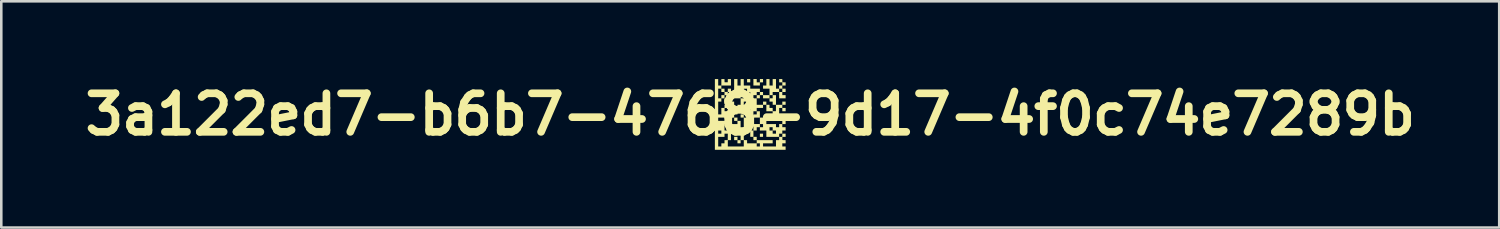
<source format=kicad_pcb>
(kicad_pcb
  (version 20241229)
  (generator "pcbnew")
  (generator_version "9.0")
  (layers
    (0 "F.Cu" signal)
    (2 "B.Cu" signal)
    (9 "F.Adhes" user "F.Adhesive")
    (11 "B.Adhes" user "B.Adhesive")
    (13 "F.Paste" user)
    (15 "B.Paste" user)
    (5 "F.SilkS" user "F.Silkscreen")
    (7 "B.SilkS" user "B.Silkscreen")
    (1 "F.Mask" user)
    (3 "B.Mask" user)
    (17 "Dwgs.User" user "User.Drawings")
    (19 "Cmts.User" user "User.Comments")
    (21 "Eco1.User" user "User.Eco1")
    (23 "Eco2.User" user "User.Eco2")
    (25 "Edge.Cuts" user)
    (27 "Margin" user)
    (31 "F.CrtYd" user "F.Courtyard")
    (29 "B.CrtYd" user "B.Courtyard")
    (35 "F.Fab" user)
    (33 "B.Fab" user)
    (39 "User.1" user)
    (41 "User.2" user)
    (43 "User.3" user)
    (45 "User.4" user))
  (footprint "3a122ed7-b6b7-4768-9d17-4f0c74e7289b"
    (layer "F.Cu")
    (at 26.157 1.404)
    (property "Reference" "3a122ed7-b6b7-4768-9d17-4f0c74e7289b" (at 0 0 0) (layer "F.SilkS") (effects (font (size 1.5 1.5) (thickness 0.3))))
    (attr board_only exclude_from_pos_files exclude_from_bom)
    (fp_poly (pts (xy -0.873 -0.563) (xy -0.873 -0.498) (xy -0.938 -0.498) (xy -1.002 -0.498) (xy -1.002 -0.563) (xy -1.002 -0.627) (xy -0.938 -0.627) (xy -0.873 -0.627)) (stroke (width 0) (type solid)) (fill yes) (layer "F.SilkS"))
    (fp_poly (pts (xy -0.498 0.188) (xy -0.498 0.252) (xy -0.563 0.252) (xy -0.627 0.252) (xy -0.627 0.188) (xy -0.627 0.123) (xy -0.563 0.123) (xy -0.498 0.123)) (stroke (width 0) (type solid)) (fill yes) (layer "F.SilkS"))
    (fp_poly (pts (xy -0.498 0.938) (xy -0.498 1.002) (xy -0.563 1.002) (xy -0.627 1.002) (xy -0.627 0.938) (xy -0.627 0.873) (xy -0.563 0.873) (xy -0.498 0.873)) (stroke (width 0) (type solid)) (fill yes) (layer "F.SilkS"))
    (fp_poly (pts (xy -0.375 1.064) (xy -0.375 1.125) (xy -0.437 1.125) (xy -0.498 1.125) (xy -0.498 1.064) (xy -0.498 1.002) (xy -0.437 1.002) (xy -0.375 1.002)) (stroke (width 0) (type solid)) (fill yes) (layer "F.SilkS"))
    (fp_poly (pts (xy -0.252 0.062) (xy -0.252 0.123) (xy -0.314 0.123) (xy -0.375 0.123) (xy -0.375 0.062) (xy -0.375 0) (xy -0.314 0) (xy -0.252 0)) (stroke (width 0) (type solid)) (fill yes) (layer "F.SilkS"))
    (fp_poly (pts (xy 0 -1.313) (xy 0 -1.248) (xy -0.062 -1.248) (xy -0.123 -1.248) (xy -0.123 -1.313) (xy -0.123 -1.377) (xy -0.062 -1.377) (xy 0 -1.377)) (stroke (width 0) (type solid)) (fill yes) (layer "F.SilkS"))
    (fp_poly (pts (xy 0.252 0.938) (xy 0.252 1.002) (xy 0.188 1.002) (xy 0.123 1.002) (xy 0.123 0.938) (xy 0.123 0.873) (xy 0.188 0.873) (xy 0.252 0.873)) (stroke (width 0) (type solid)) (fill yes) (layer "F.SilkS"))
    (fp_poly (pts (xy 0.375 -0.689) (xy 0.375 -0.627) (xy 0.314 -0.627) (xy 0.252 -0.627) (xy 0.252 -0.689) (xy 0.252 -0.75) (xy 0.314 -0.75) (xy 0.375 -0.75)) (stroke (width 0) (type solid)) (fill yes) (layer "F.SilkS"))
    (fp_poly (pts (xy 0.498 0.812) (xy 0.498 0.873) (xy 0.437 0.873) (xy 0.375 0.873) (xy 0.375 0.812) (xy 0.375 0.75) (xy 0.437 0.75) (xy 0.498 0.75)) (stroke (width 0) (type solid)) (fill yes) (layer "F.SilkS"))
    (fp_poly (pts (xy 1.377 -0.188) (xy 1.377 -0.123) (xy 1.313 -0.123) (xy 1.248 -0.123) (xy 1.248 -0.188) (xy 1.248 -0.252) (xy 1.313 -0.252) (xy 1.377 -0.252)) (stroke (width 0) (type solid)) (fill yes) (layer "F.SilkS"))
    (fp_poly (pts (xy 1.002 -0.563) (xy 1.002 -0.375) (xy 0.938 -0.375) (xy 0.873 -0.375) (xy 0.873 -0.437) (xy 0.873 -0.498) (xy 0.812 -0.498) (xy 0.75 -0.498) (xy 0.75 -0.563) (xy 0.75 -0.627) (xy 0.812 -0.627) (xy 0.873 -0.627) (xy 0.873 -0.689) (xy 0.873 -0.75) (xy 0.938 -0.75) (xy 1.002 -0.75)) (stroke (width 0) (type solid)) (fill yes) (layer "F.SilkS"))
    (fp_poly (pts (xy 0.252 -1.313) (xy 0.252 -1.248) (xy 0.314 -1.248) (xy 0.375 -1.248) (xy 0.375 -1.313) (xy 0.375 -1.377) (xy 0.437 -1.377) (xy 0.498 -1.377) (xy 0.498 -1.313) (xy 0.498 -1.248) (xy 0.437 -1.248) (xy 0.375 -1.248) (xy 0.375 -1.187) (xy 0.375 -1.125) (xy 0.249 -1.125) (xy 0.123 -1.125) (xy 0.123 -1.251) (xy 0.123 -1.377) (xy 0.188 -1.377) (xy 0.252 -1.377)) (stroke (width 0) (type solid)) (fill yes) (layer "F.SilkS"))
    (fp_poly (pts (xy 0.375 0.437) (xy 0.375 0.498) (xy 0.314 0.498) (xy 0.252 0.498) (xy 0.252 0.563) (xy 0.252 0.627) (xy 0.188 0.627) (xy 0.123 0.627) (xy 0.123 0.75) (xy 0.123 0.873) (xy 0.062 0.873) (xy 0 0.873) (xy 0 0.75) (xy 0 0.627) (xy 0.062 0.627) (xy 0.123 0.627) (xy 0.123 0.501) (xy 0.123 0.375) (xy 0.249 0.375) (xy 0.375 0.375)) (stroke (width 0) (type solid)) (fill yes) (layer "F.SilkS"))
    (fp_poly (pts (xy 1.377 -0.437) (xy 1.377 -0.375) (xy 1.313 -0.375) (xy 1.248 -0.375) (xy 1.248 -0.314) (xy 1.248 -0.252) (xy 1.187 -0.252) (xy 1.125 -0.252) (xy 1.125 -0.126) (xy 1.125 0) (xy 0.999 0) (xy 0.873 0) (xy 0.873 -0.062) (xy 0.873 -0.123) (xy 0.75 -0.123) (xy 0.627 -0.123) (xy 0.627 -0.249) (xy 0.627 -0.375) (xy 0.689 -0.375) (xy 0.75 -0.375) (xy 0.75 -0.314) (xy 0.75 -0.252) (xy 0.812 -0.252) (xy 0.873 -0.252) (xy 0.873 -0.191) (xy 0.874 -0.166) (xy 0.875 -0.145) (xy 0.876 -0.131) (xy 0.877 -0.127) (xy 0.885 -0.125) (xy 0.901 -0.124) (xy 0.923 -0.124) (xy 0.94 -0.124) (xy 0.999 -0.126) (xy 1.001 -0.251) (xy 1.002 -0.375) (xy 1.125 -0.375) (xy 1.248 -0.375) (xy 1.248 -0.437) (xy 1.248 -0.498) (xy 1.313 -0.498) (xy 1.377 -0.498)) (stroke (width 0) (type solid)) (fill yes) (layer "F.SilkS"))
    (fp_poly (pts (xy 0.75 -1.251) (xy 0.75 -1.125) (xy 0.812 -1.125) (xy 0.873 -1.125) (xy 0.873 -1.251) (xy 0.873 -1.377) (xy 0.938 -1.377) (xy 1.002 -1.377) (xy 1.002 -1.19) (xy 1.002 -1.002) (xy 1.064 -1.002) (xy 1.125 -1.002) (xy 1.125 -1.064) (xy 1.125 -1.125) (xy 1.187 -1.125) (xy 1.248 -1.125) (xy 1.248 -1.187) (xy 1.248 -1.248) (xy 1.187 -1.248) (xy 1.125 -1.248) (xy 1.125 -1.313) (xy 1.125 -1.377) (xy 1.187 -1.377) (xy 1.248 -1.377) (xy 1.25 -1.314) (xy 1.251 -1.251) (xy 1.314 -1.25) (xy 1.377 -1.248) (xy 1.377 -1.187) (xy 1.377 -1.125) (xy 1.313 -1.125) (xy 1.248 -1.125) (xy 1.248 -1.064) (xy 1.248 -1.002) (xy 1.187 -1.002) (xy 1.125 -1.002) (xy 1.125 -0.938) (xy 1.125 -0.873) (xy 1.187 -0.873) (xy 1.248 -0.873) (xy 1.248 -0.938) (xy 1.248 -1.002) (xy 1.313 -1.002) (xy 1.377 -1.002) (xy 1.377 -0.938) (xy 1.377 -0.873) (xy 1.313 -0.873) (xy 1.248 -0.873) (xy 1.248 -0.812) (xy 1.248 -0.75) (xy 1.313 -0.75) (xy 1.377 -0.75) (xy 1.377 -0.689) (xy 1.377 -0.627) (xy 1.251 -0.627) (xy 1.125 -0.627) (xy 1.125 -0.75) (xy 1.125 -0.873) (xy 0.999 -0.873) (xy 0.873 -0.873) (xy 0.873 -0.812) (xy 0.873 -0.75) (xy 0.812 -0.75) (xy 0.75 -0.75) (xy 0.75 -0.689) (xy 0.75 -0.627) (xy 0.624 -0.627) (xy 0.498 -0.627) (xy 0.498 -0.689) (xy 0.498 -0.75) (xy 0.437 -0.75) (xy 0.375 -0.75) (xy 0.375 -0.812) (xy 0.375 -0.873) (xy 0.437 -0.873) (xy 0.498 -0.873) (xy 0.498 -0.812) (xy 0.498 -0.75) (xy 0.624 -0.75) (xy 0.75 -0.75) (xy 0.75 -0.876) (xy 0.75 -1.002) (xy 0.624 -1.002) (xy 0.498 -1.002) (xy 0.498 -1.064) (xy 0.498 -1.125) (xy 0.563 -1.125) (xy 0.627 -1.125) (xy 0.627 -1.251) (xy 0.627 -1.377) (xy 0.689 -1.377) (xy 0.75 -1.377)) (stroke (width 0) (type solid)) (fill yes) (layer "F.SilkS"))
    (fp_poly (pts (xy 0.75 0.062) (xy 0.75 0.123) (xy 0.812 0.123) (xy 0.873 0.123) (xy 0.873 0.188) (xy 0.873 0.252) (xy 0.75 0.252) (xy 0.627 0.252) (xy 0.627 0.314) (xy 0.627 0.375) (xy 0.815 0.375) (xy 1.002 0.375) (xy 1.002 0.437) (xy 1.002 0.498) (xy 1.064 0.498) (xy 1.125 0.498) (xy 1.125 0.437) (xy 1.125 0.375) (xy 1.187 0.375) (xy 1.248 0.375) (xy 1.248 0.314) (xy 1.248 0.252) (xy 1.125 0.252) (xy 1.002 0.252) (xy 1.002 0.188) (xy 1.002 0.123) (xy 1.125 0.123) (xy 1.248 0.123) (xy 1.248 0.062) (xy 1.248 0) (xy 1.313 0) (xy 1.377 0) (xy 1.377 0.061) (xy 1.377 0.123) (xy 1.314 0.124) (xy 1.251 0.126) (xy 1.251 0.188) (xy 1.251 0.249) (xy 1.314 0.251) (xy 1.377 0.252) (xy 1.377 0.314) (xy 1.377 0.375) (xy 1.313 0.375) (xy 1.248 0.375) (xy 1.248 0.437) (xy 1.248 0.498) (xy 1.313 0.498) (xy 1.377 0.498) (xy 1.377 0.563) (xy 1.377 0.627) (xy 1.313 0.627) (xy 1.248 0.627) (xy 1.248 0.689) (xy 1.248 0.75) (xy 1.187 0.75) (xy 1.125 0.75) (xy 1.125 0.812) (xy 1.125 0.873) (xy 0.876 0.873) (xy 0.627 0.873) (xy 0.627 0.75) (xy 0.627 0.689) (xy 0.873 0.689) (xy 0.873 0.75) (xy 0.938 0.75) (xy 1.002 0.75) (xy 1.002 0.689) (xy 1.002 0.627) (xy 0.938 0.627) (xy 0.873 0.627) (xy 0.873 0.689) (xy 0.627 0.689) (xy 0.627 0.627) (xy 0.501 0.627) (xy 0.375 0.627) (xy 0.375 0.563) (xy 0.75 0.563) (xy 0.75 0.627) (xy 0.812 0.627) (xy 0.873 0.627) (xy 0.873 0.563) (xy 0.873 0.498) (xy 0.812 0.498) (xy 0.75 0.498) (xy 0.75 0.563) (xy 0.375 0.563) (xy 0.375 0.498) (xy 0.437 0.498) (xy 0.498 0.498) (xy 0.498 0.437) (xy 0.498 0.375) (xy 0.437 0.375) (xy 0.375 0.375) (xy 0.375 0.249) (xy 0.375 0.123) (xy 0.501 0.123) (xy 0.627 0.123) (xy 0.627 0.062) (xy 0.627 0) (xy 0.689 0) (xy 0.75 0)) (stroke (width 0) (type solid)) (fill yes) (layer "F.SilkS"))
    (fp_poly (pts (xy -1.248 -1.251) (xy -1.248 -1.125) (xy -1.187 -1.125) (xy -1.125 -1.125) (xy -1.125 -1.251) (xy -1.125 -1.377) (xy -1.064 -1.377) (xy -1.003 -1.377) (xy -1.001 -1.314) (xy -0.999 -1.251) (xy -0.938 -1.251) (xy -0.876 -1.251) (xy -0.875 -1.314) (xy -0.873 -1.377) (xy -0.811 -1.377) (xy -0.75 -1.377) (xy -0.75 -1.251) (xy -0.75 -1.125) (xy -0.938 -1.125) (xy -1.125 -1.125) (xy -1.125 -1.064) (xy -1.125 -1.002) (xy -1.187 -1.002) (xy -1.248 -1.002) (xy -1.248 -0.815) (xy -1.248 -0.627) (xy -1.187 -0.627) (xy -1.125 -0.627) (xy -1.125 -0.689) (xy -1.125 -0.75) (xy -1.064 -0.75) (xy -1.002 -0.75) (xy -1.002 -0.812) (xy -1.002 -0.873) (xy -1.064 -0.873) (xy -1.125 -0.873) (xy -1.125 -0.938) (xy -1.125 -1.002) (xy -1.064 -1.002) (xy -1.003 -1.002) (xy -1.001 -0.939) (xy -0.999 -0.876) (xy -0.938 -0.876) (xy -0.876 -0.876) (xy -0.875 -0.939) (xy -0.873 -1.002) (xy -0.811 -1.002) (xy -0.75 -1.002) (xy -0.75 -0.938) (xy -0.75 -0.873) (xy -0.812 -0.873) (xy -0.873 -0.873) (xy -0.873 -0.812) (xy -0.873 -0.75) (xy -0.938 -0.75) (xy -1.002 -0.75) (xy -1.002 -0.689) (xy -1.002 -0.627) (xy -1.064 -0.627) (xy -1.125 -0.627) (xy -1.125 -0.563) (xy -1.125 -0.498) (xy -1.187 -0.498) (xy -1.248 -0.498) (xy -1.248 -0.249) (xy -1.248 0) (xy -1.187 0) (xy -1.125 0) (xy -1.125 -0.126) (xy -1.125 -0.252) (xy -1.064 -0.252) (xy -1.002 -0.252) (xy -1.002 -0.314) (xy -1.002 -0.375) (xy -0.938 -0.375) (xy -0.873 -0.375) (xy -0.873 -0.437) (xy -0.873 -0.498) (xy -0.75 -0.498) (xy -0.627 -0.498) (xy -0.627 -0.437) (xy -0.627 -0.375) (xy -0.75 -0.375) (xy -0.873 -0.375) (xy -0.873 -0.314) (xy -0.873 -0.252) (xy -0.936 -0.251) (xy -0.999 -0.249) (xy -0.999 -0.188) (xy -0.999 -0.126) (xy -0.749 -0.124) (xy -0.498 -0.123) (xy -0.498 -0.061) (xy -0.498 0) (xy -0.563 0) (xy -0.627 0) (xy -0.627 0.062) (xy -0.627 0.123) (xy -0.689 0.123) (xy -0.75 0.123) (xy -0.75 0.188) (xy -0.75 0.252) (xy -0.812 0.252) (xy -0.873 0.252) (xy -0.873 0.314) (xy -0.873 0.375) (xy -0.938 0.375) (xy -1.002 0.375) (xy -1.002 0.497) (xy -1.002 0.534) (xy -1.001 0.567) (xy -1.001 0.593) (xy -1 0.613) (xy -0.998 0.623) (xy -0.998 0.623) (xy -0.991 0.625) (xy -0.975 0.626) (xy -0.952 0.626) (xy -0.935 0.626) (xy -0.876 0.624) (xy -0.875 0.561) (xy -0.873 0.498) (xy -0.811 0.498) (xy -0.75 0.498) (xy -0.75 0.437) (xy -0.75 0.375) (xy -0.624 0.375) (xy -0.498 0.375) (xy -0.498 0.314) (xy -0.498 0.252) (xy -0.437 0.252) (xy -0.375 0.252) (xy -0.375 0.375) (xy -0.375 0.498) (xy -0.314 0.498) (xy -0.252 0.498) (xy -0.252 0.311) (xy -0.252 0.123) (xy -0.188 0.123) (xy -0.123 0.123) (xy -0.123 0.188) (xy -0.123 0.252) (xy -0.062 0.252) (xy 0 0.252) (xy 0 0.188) (xy 0 0.123) (xy 0.062 0.123) (xy 0.123 0.123) (xy 0.123 0.062) (xy 0.123 0) (xy 0 0) (xy -0.123 0) (xy -0.123 -0.062) (xy -0.123 -0.123) (xy -0.062 -0.123) (xy 0 -0.123) (xy 0 -0.249) (xy 0 -0.375) (xy -0.062 -0.375) (xy -0.123 -0.375) (xy -0.123 -0.314) (xy -0.123 -0.252) (xy -0.311 -0.252) (xy -0.498 -0.252) (xy -0.498 -0.314) (xy -0.498 -0.375) (xy -0.437 -0.375) (xy -0.375 -0.375) (xy -0.375 -0.501) (xy -0.375 -0.627) (xy -0.501 -0.627) (xy -0.627 -0.627) (xy -0.627 -0.689) (xy -0.627 -0.75) (xy -0.563 -0.75) (xy -0.498 -0.75) (xy -0.375 -0.75) (xy -0.375 -0.689) (xy -0.375 -0.627) (xy -0.314 -0.627) (xy -0.252 -0.627) (xy -0.252 -0.689) (xy -0.252 -0.75) (xy -0.188 -0.75) (xy -0.123 -0.75) (xy -0.123 -0.624) (xy -0.123 -0.498) (xy -0.188 -0.498) (xy -0.252 -0.498) (xy -0.252 -0.437) (xy -0.252 -0.375) (xy -0.188 -0.375) (xy -0.123 -0.375) (xy -0.123 -0.437) (xy -0.123 -0.498) (xy -0.062 -0.498) (xy 0 -0.498) (xy 0 -0.686) (xy 0 -0.873) (xy -0.061 -0.873) (xy -0.123 -0.873) (xy -0.124 -0.936) (xy -0.126 -0.999) (xy -0.188 -0.999) (xy -0.249 -0.999) (xy -0.251 -0.875) (xy -0.252 -0.75) (xy -0.314 -0.75) (xy -0.375 -0.75) (xy -0.498 -0.75) (xy -0.498 -0.812) (xy -0.498 -0.873) (xy -0.563 -0.873) (xy -0.627 -0.873) (xy -0.627 -1.125) (xy -0.627 -1.377) (xy -0.563 -1.377) (xy -0.498 -1.377) (xy -0.498 -1.251) (xy -0.498 -1.125) (xy -0.437 -1.125) (xy -0.375 -1.125) (xy -0.375 -1.251) (xy -0.375 -1.377) (xy -0.314 -1.377) (xy -0.252 -1.377) (xy -0.252 -1.251) (xy -0.252 -1.125) (xy -0.126 -1.125) (xy 0 -1.125) (xy 0 -1.064) (xy 0 -1.002) (xy 0.188 -1.002) (xy 0.375 -1.002) (xy 0.375 -0.938) (xy 0.375 -0.873) (xy 0.314 -0.873) (xy 0.252 -0.873) (xy 0.252 -0.812) (xy 0.252 -0.75) (xy 0.188 -0.75) (xy 0.123 -0.75) (xy 0.123 -0.689) (xy 0.123 -0.627) (xy 0.188 -0.627) (xy 0.252 -0.627) (xy 0.252 -0.501) (xy 0.252 -0.375) (xy 0.375 -0.375) (xy 0.498 -0.375) (xy 0.498 -0.437) (xy 0.498 -0.498) (xy 0.563 -0.498) (xy 0.627 -0.498) (xy 0.627 -0.437) (xy 0.627 -0.375) (xy 0.563 -0.375) (xy 0.498 -0.375) (xy 0.498 -0.314) (xy 0.498 -0.252) (xy 0.375 -0.252) (xy 0.252 -0.252) (xy 0.252 -0.188) (xy 0.252 -0.123) (xy 0.188 -0.123) (xy 0.123 -0.123) (xy 0.123 -0.062) (xy 0.123 0) (xy 0.188 0) (xy 0.252 0) (xy 0.252 -0.062) (xy 0.252 -0.123) (xy 0.314 -0.123) (xy 0.375 -0.123) (xy 0.375 0) (xy 0.375 0.123) (xy 0.251 0.124) (xy 0.126 0.126) (xy 0.124 0.251) (xy 0.123 0.375) (xy 0.061 0.375) (xy 0 0.375) (xy 0 0.501) (xy 0 0.627) (xy -0.062 0.627) (xy -0.123 0.627) (xy -0.123 0.689) (xy -0.123 0.75) (xy -0.188 0.75) (xy -0.252 0.75) (xy -0.252 0.689) (xy -0.252 0.627) (xy -0.314 0.627) (xy -0.375 0.627) (xy -0.375 0.689) (xy -0.375 0.75) (xy -0.437 0.75) (xy -0.498 0.75) (xy -0.498 0.689) (xy -0.498 0.627) (xy -0.624 0.627) (xy -0.75 0.627) (xy -0.75 0.815) (xy -0.75 1.002) (xy -0.812 1.002) (xy -0.873 1.002) (xy -0.873 1.125) (xy -0.873 1.248) (xy -0.563 1.248) (xy -0.252 1.248) (xy -0.252 1.187) (xy 0.252 1.187) (xy 0.252 1.248) (xy 0.314 1.248) (xy 0.375 1.248) (xy 0.375 1.187) (xy 0.375 1.125) (xy 0.314 1.125) (xy 0.252 1.125) (xy 0.252 1.187) (xy -0.252 1.187) (xy -0.252 1.125) (xy -0.252 1.002) (xy -0.314 1.002) (xy -0.375 1.002) (xy -0.375 0.876) (xy -0.375 0.75) (xy -0.314 0.75) (xy -0.252 0.75) (xy -0.251 0.875) (xy -0.249 0.999) (xy -0.186 1.001) (xy -0.123 1.003) (xy -0.123 1.064) (xy -0.123 1.125) (xy 0.064 1.125) (xy 0.252 1.125) (xy 0.252 1.064) (xy 0.252 1.002) (xy 0.563 1.002) (xy 0.873 1.002) (xy 0.873 1.064) (xy 0.873 1.125) (xy 0.686 1.125) (xy 0.498 1.125) (xy 0.498 1.187) (xy 0.498 1.248) (xy 0.75 1.248) (xy 1.002 1.248) (xy 1.002 1.125) (xy 1.002 1.002) (xy 1.064 1.002) (xy 1.125 1.002) (xy 1.125 0.938) (xy 1.125 0.873) (xy 1.187 0.873) (xy 1.248 0.873) (xy 1.248 0.812) (xy 1.248 0.75) (xy 1.313 0.75) (xy 1.377 0.75) (xy 1.377 0.811) (xy 1.377 0.873) (xy 1.314 0.875) (xy 1.251 0.876) (xy 1.251 0.938) (xy 1.251 0.999) (xy 1.314 1.001) (xy 1.377 1.003) (xy 1.377 1.064) (xy 1.377 1.125) (xy 1.313 1.125) (xy 1.248 1.125) (xy 1.248 1.187) (xy 1.248 1.248) (xy 1.313 1.248) (xy 1.377 1.248) (xy 1.377 1.313) (xy 1.377 1.377) (xy 0 1.377) (xy -1.377 1.377) (xy -1.377 0.873) (xy -1.248 0.873) (xy -1.248 1.061) (xy -1.248 1.248) (xy -1.187 1.248) (xy -1.125 1.248) (xy -1.125 1.187) (xy -1.125 1.125) (xy -1.064 1.125) (xy -1.002 1.125) (xy -1.002 1.064) (xy -1.002 1.003) (xy -0.939 1.001) (xy -0.876 0.999) (xy -0.875 0.875) (xy -0.873 0.75) (xy -0.938 0.75) (xy -1.002 0.75) (xy -1.002 0.812) (xy -1.002 0.873) (xy -1.125 0.873) (xy -1.248 0.873) (xy -1.377 0.873) (xy -1.377 0.689) (xy -1.248 0.689) (xy -1.248 0.75) (xy -1.187 0.75) (xy -1.125 0.75) (xy -1.125 0.689) (xy -1.125 0.627) (xy -1.187 0.627) (xy -1.248 0.627) (xy -1.248 0.689) (xy -1.377 0.689) (xy -1.377 0.188) (xy -1.248 0.188) (xy -1.248 0.252) (xy -1.062 0.251) (xy -0.876 0.249) (xy -0.876 0.188) (xy -0.876 0.126) (xy -1.062 0.124) (xy -1.248 0.123) (xy -1.248 0.188) (xy -1.377 0.188) (xy -1.377 0) (xy -1.377 -1.377) (xy -1.313 -1.377) (xy -1.248 -1.377)) (stroke (width 0) (type solid)) (fill yes) (layer "F.SilkS")))
  (gr_rect
    (start -3 -3)
    (end 55.314 5.808)
    (stroke (width 0.1) (type default))
    (fill no)
    (layer "Edge.Cuts")))
</source>
